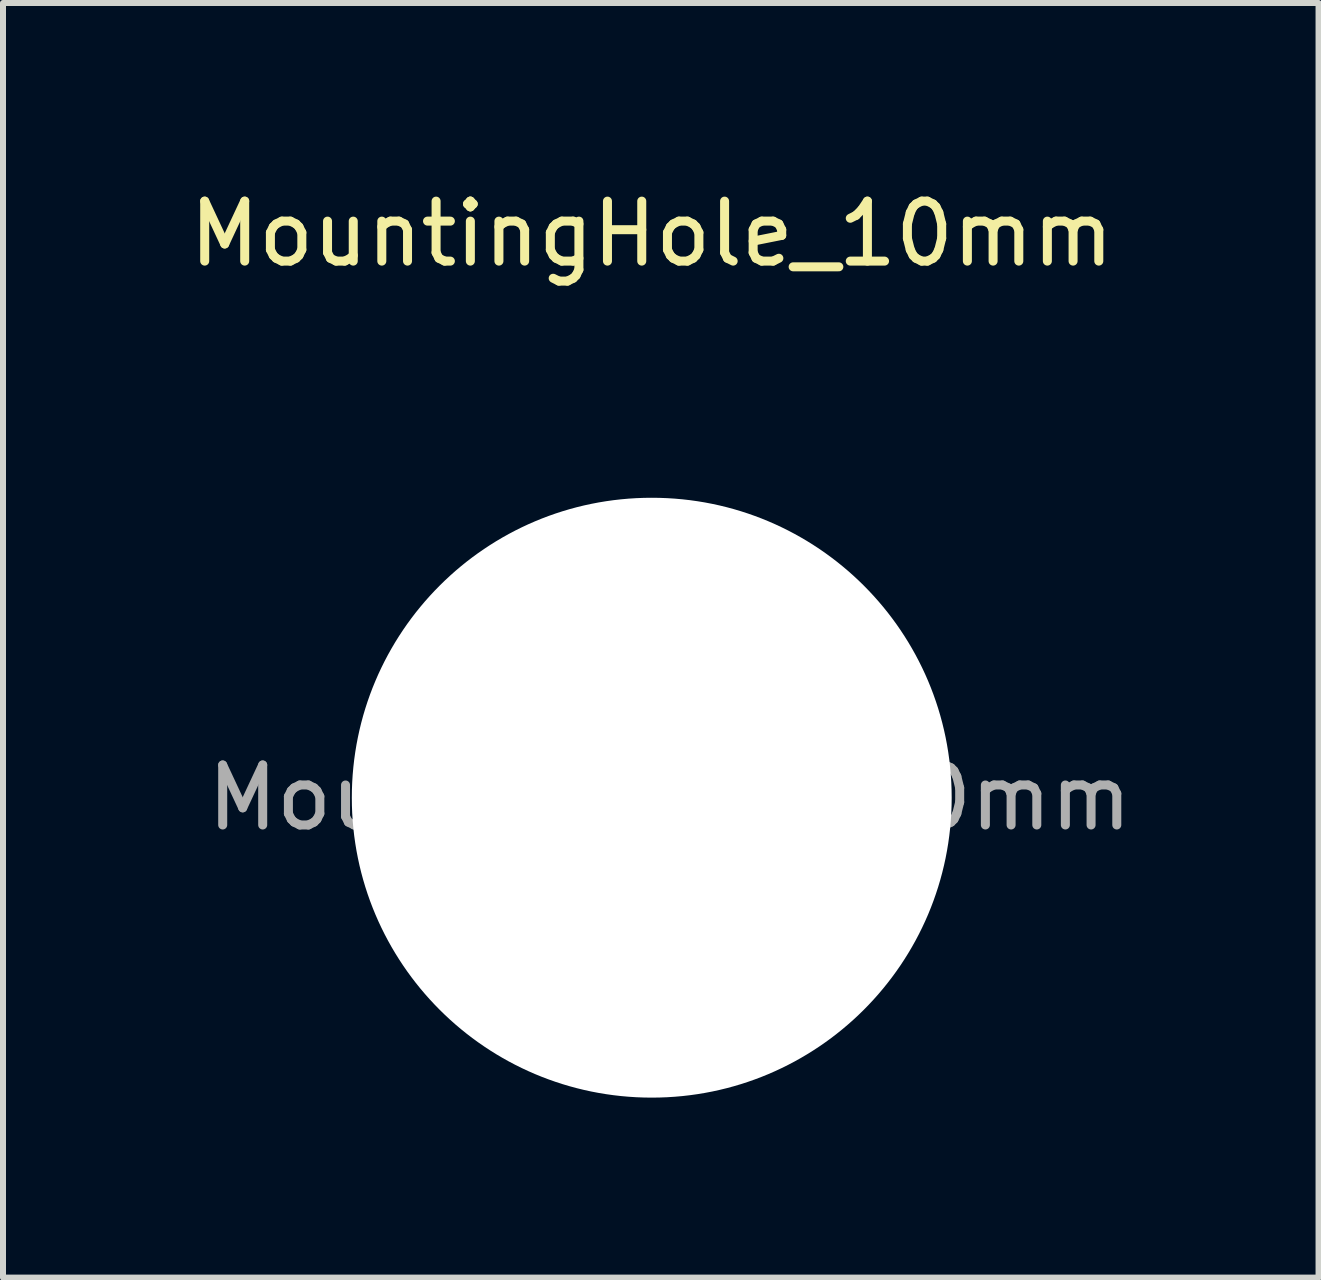
<source format=kicad_pcb>
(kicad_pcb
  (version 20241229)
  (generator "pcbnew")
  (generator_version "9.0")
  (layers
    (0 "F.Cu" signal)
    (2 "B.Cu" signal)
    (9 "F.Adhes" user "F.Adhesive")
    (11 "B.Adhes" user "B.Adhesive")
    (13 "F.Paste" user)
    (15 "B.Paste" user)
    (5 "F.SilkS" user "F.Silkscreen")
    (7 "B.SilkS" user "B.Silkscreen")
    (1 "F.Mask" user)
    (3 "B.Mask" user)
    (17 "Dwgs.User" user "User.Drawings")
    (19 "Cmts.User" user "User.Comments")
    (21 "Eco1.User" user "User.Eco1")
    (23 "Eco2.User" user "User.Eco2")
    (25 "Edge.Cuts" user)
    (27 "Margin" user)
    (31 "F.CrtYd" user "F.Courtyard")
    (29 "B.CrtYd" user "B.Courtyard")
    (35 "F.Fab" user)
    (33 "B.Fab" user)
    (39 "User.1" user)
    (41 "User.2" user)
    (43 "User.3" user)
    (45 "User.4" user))
  (footprint "MountingHole_10mm"
    (layer "F.Cu")
    (at 7.815 10.248)
    (property "Reference" "MountingHole_10mm" (at 0 -9.4 0) (layer "F.SilkS") (effects (font (size 1 1) (thickness 0.15))))
    (attr exclude_from_pos_files exclude_from_bom)
    (fp_text user "${REFERENCE}" (at 0.3 0 0) (layer "F.Fab") (effects (font (size 1 1) (thickness 0.15))))
    (pad "" np_thru_hole circle (at 0 0) (size 10 10) (drill 10) (layers "*.Cu" "*.Mask")))
  (gr_rect
    (start -3 -3)
    (end 18.931 18.248)
    (stroke (width 0.1) (type default))
    (fill no)
    (layer "Edge.Cuts")))
</source>
